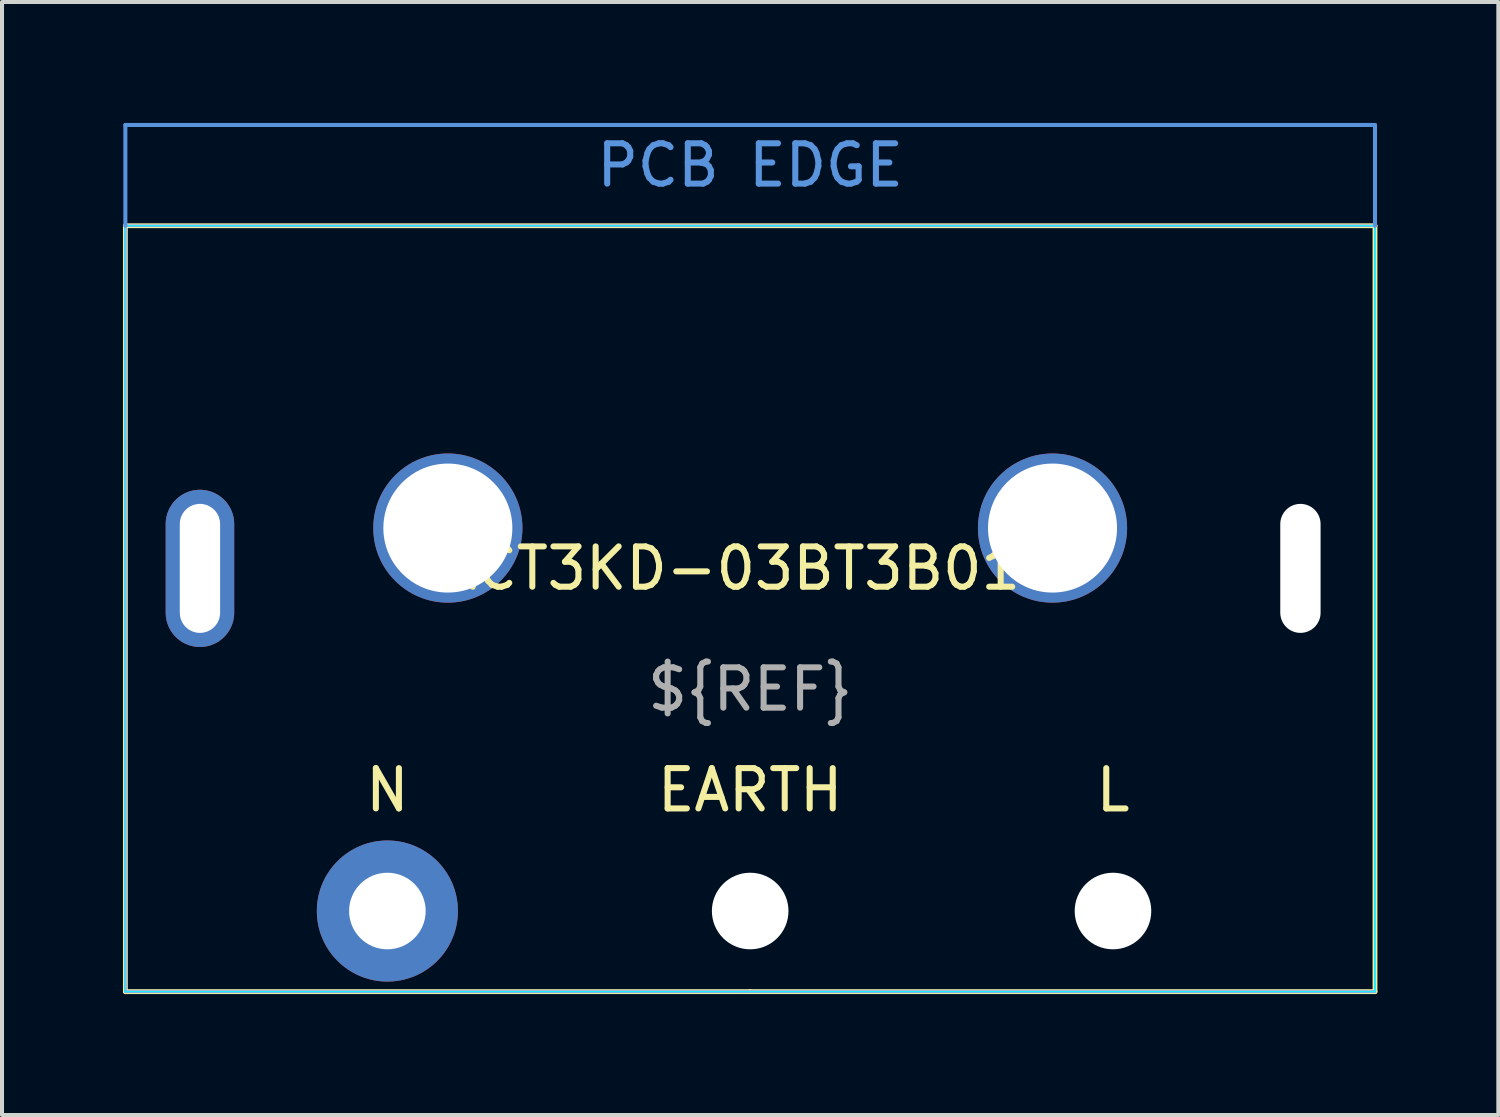
<source format=kicad_pcb>
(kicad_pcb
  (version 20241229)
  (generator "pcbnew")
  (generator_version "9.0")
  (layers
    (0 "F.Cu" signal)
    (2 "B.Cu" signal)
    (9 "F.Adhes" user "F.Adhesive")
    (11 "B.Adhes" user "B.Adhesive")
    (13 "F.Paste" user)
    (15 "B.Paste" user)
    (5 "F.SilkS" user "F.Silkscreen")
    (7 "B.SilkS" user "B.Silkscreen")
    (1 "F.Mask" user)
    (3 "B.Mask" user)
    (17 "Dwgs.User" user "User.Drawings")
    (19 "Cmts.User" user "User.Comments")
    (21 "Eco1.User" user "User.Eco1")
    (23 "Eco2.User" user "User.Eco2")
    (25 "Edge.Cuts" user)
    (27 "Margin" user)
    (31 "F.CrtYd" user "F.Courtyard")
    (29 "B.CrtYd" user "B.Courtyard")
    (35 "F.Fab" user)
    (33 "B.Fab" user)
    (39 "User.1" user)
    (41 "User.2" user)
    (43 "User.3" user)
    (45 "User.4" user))
  (footprint "ACT3KD-03BT3B018"
    (layer "F.Cu")
    (at 15.56 19.55)
    (property "Reference" "ACT3KD-03BT3B018" (at 0 -8.5 0) (unlocked yes) (layer "F.SilkS") (effects (font (size 1 1) (thickness 0.15))))
    (attr through_hole)
    (fp_line (start -15.5 -17) (end -15.5 2) (stroke (width 0.12) (type solid)) (layer "F.SilkS"))
    (fp_line (start -15.5 2) (end 0 2) (stroke (width 0.12) (type solid)) (layer "F.SilkS"))
    (fp_line (start 0 2) (end 15.5 2) (stroke (width 0.12) (type solid)) (layer "F.SilkS"))
    (fp_line (start 15.5 -17) (end -15.5 -17) (stroke (width 0.12) (type solid)) (layer "F.SilkS"))
    (fp_line (start 15.5 2) (end 15.5 -17) (stroke (width 0.12) (type solid)) (layer "F.SilkS"))
    (fp_line (start -15.5 -19.5) (end 15.5 -19.5) (stroke (width 0.1) (type solid)) (layer "Cmts.User"))
    (fp_line (start -15.5 -17) (end -15.5 -19.5) (stroke (width 0.1) (type solid)) (layer "Cmts.User"))
    (fp_line (start 15.5 -19.5) (end 15.5 -17) (stroke (width 0.1) (type solid)) (layer "Cmts.User"))
    (fp_line (start -15.5 -17) (end -15.5 2) (stroke (width 0.05) (type solid)) (layer "B.CrtYd"))
    (fp_line (start -15.5 2) (end 15.5 2) (stroke (width 0.05) (type solid)) (layer "B.CrtYd"))
    (fp_line (start 15.5 -17) (end -15.5 -17) (stroke (width 0.05) (type solid)) (layer "B.CrtYd"))
    (fp_line (start 15.5 2) (end 15.5 -17) (stroke (width 0.05) (type solid)) (layer "B.CrtYd"))
    (fp_line (start -15.5 -17) (end -15.5 2) (stroke (width 0.05) (type solid)) (layer "F.CrtYd"))
    (fp_line (start -15.5 2) (end 15.5 2) (stroke (width 0.05) (type solid)) (layer "F.CrtYd"))
    (fp_line (start 15.5 -17) (end -15.5 -17) (stroke (width 0.05) (type solid)) (layer "F.CrtYd"))
    (fp_line (start 15.5 2) (end 15.5 -17) (stroke (width 0.05) (type solid)) (layer "F.CrtYd"))
    (fp_text user "L" (at 9 -3 0) (unlocked yes) (layer "F.SilkS") (effects (font (size 1 1) (thickness 0.15))))
    (fp_text user "N" (at -9 -3 0) (unlocked yes) (layer "F.SilkS") (effects (font (size 1 1) (thickness 0.15))))
    (fp_text user "EARTH" (at 0 -3 0) (unlocked yes) (layer "F.SilkS") (effects (font (size 1 1) (thickness 0.15))))
    (fp_text user "PCB EDGE" (at 0 -18.5 0) (unlocked yes) (layer "Cmts.User") (effects (font (size 1 1) (thickness 0.15))))
    (fp_text user "${REF}" (at 0 -5.5 0) (unlocked yes) (layer "F.Fab") (effects (font (size 1 1) (thickness 0.15))))
    (pad "" np_thru_hole circle (at -7.5 -9.5) (size 3.7 3.7) (drill 3.2) (layers "*.Cu" "*.Mask"))
    (pad "" np_thru_hole circle (at 7.5 -9.5) (size 3.7 3.7) (drill 3.2) (layers "*.Cu" "*.Mask"))
    (pad "1" thru_hole circle (at 9 0) (size 3.5 3.5) (drill 1.9) (layers "*.Cu" "*.Mask") (remove_unused_layers yes) (zone_layer_connections))
    (pad "2" thru_hole circle (at -9 0) (size 3.5 3.5) (drill 1.9) (layers "*.Cu" "*.Mask"))
    (pad "3" thru_hole oval (at -13.65 -8.5) (size 1.7 3.9) (drill oval 1 3.2) (layers "*.Cu" "*.Mask"))
    (pad "3" thru_hole circle (at 0 0) (size 3.5 3.5) (drill 1.9) (layers "*.Cu" "*.Mask") (remove_unused_layers yes) (zone_layer_connections))
    (pad "3" thru_hole oval (at 13.65 -8.5) (size 1.7 3.9) (drill oval 1 3.2) (layers "*.Cu" "*.Mask") (remove_unused_layers yes) (zone_layer_connections)))
  (gr_rect
    (start -3 -3)
    (end 34.12 24.61)
    (stroke (width 0.1) (type default))
    (fill no)
    (layer "Edge.Cuts")))
</source>
